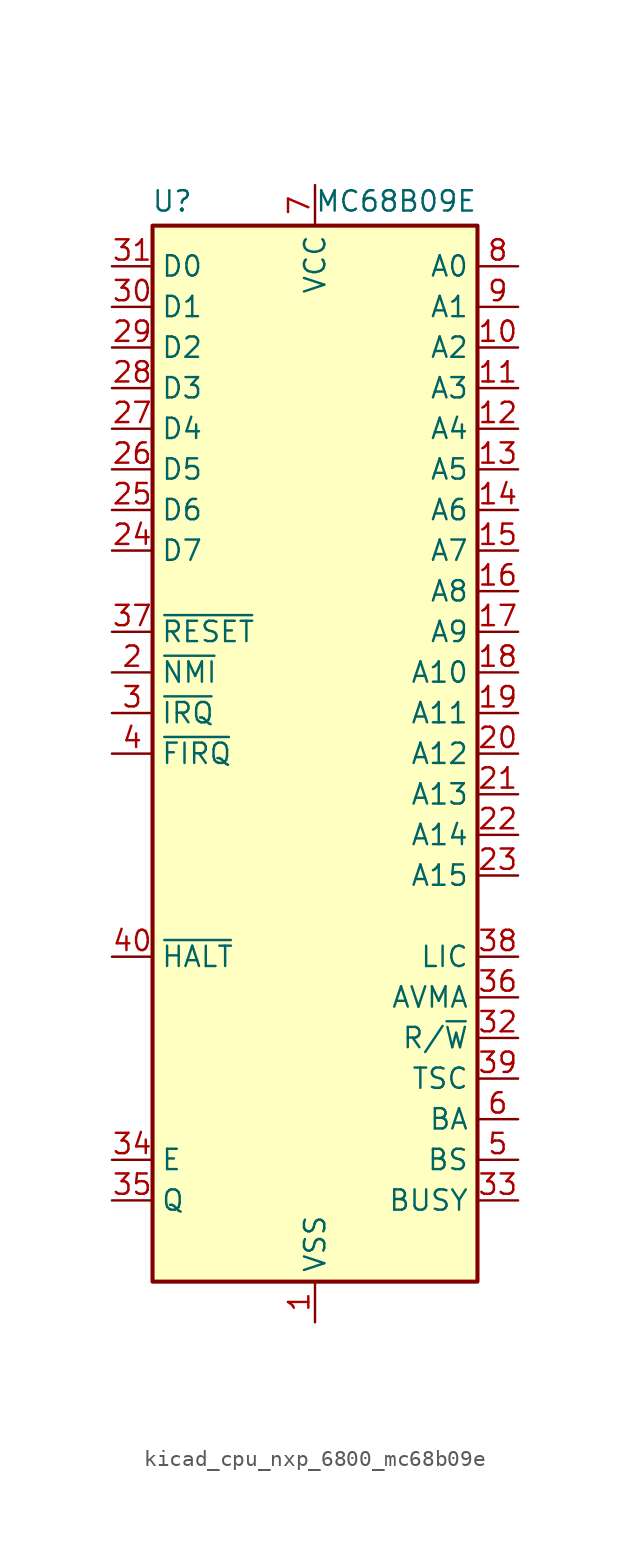
<source format=kicad_sym>
(kicad_symbol_lib
  (version 20220914)
  (generator kicad_symbol_editor)
  (symbol "kicad_cpu_nxp_6800_mc68b09e"
    (property "Reference" "U"
      (at -7.62 34.544 0)
      (effects (font (size 1.27 1.27)) (justify right)))
    (property "Value" "MC68B09E"
      (at 10.16 34.544 0)
      (effects (font (size 1.27 1.27)) (justify right)))
    (symbol "kicad_cpu_nxp_6800_mc68b09e_0_1"
      (rectangle (start -10.16 -33.02) (end 10.16 33.02) (stroke (width 0.254) (type default)) (fill (type background))))
    (symbol "kicad_cpu_nxp_6800_mc68b09e_1_1"
      (pin power_in line (at 0 -35.56 90) (length 2.54) (name "VSS" (effects (font (size 1.27 1.27)))) (number "1" (effects (font (size 1.27 1.27)))))
      (pin output line (at 12.7 25.4 180) (length 2.54) (name "A2" (effects (font (size 1.27 1.27)))) (number "10" (effects (font (size 1.27 1.27)))))
      (pin output line (at 12.7 22.86 180) (length 2.54) (name "A3" (effects (font (size 1.27 1.27)))) (number "11" (effects (font (size 1.27 1.27)))))
      (pin output line (at 12.7 20.32 180) (length 2.54) (name "A4" (effects (font (size 1.27 1.27)))) (number "12" (effects (font (size 1.27 1.27)))))
      (pin output line (at 12.7 17.78 180) (length 2.54) (name "A5" (effects (font (size 1.27 1.27)))) (number "13" (effects (font (size 1.27 1.27)))))
      (pin output line (at 12.7 15.24 180) (length 2.54) (name "A6" (effects (font (size 1.27 1.27)))) (number "14" (effects (font (size 1.27 1.27)))))
      (pin output line (at 12.7 12.7 180) (length 2.54) (name "A7" (effects (font (size 1.27 1.27)))) (number "15" (effects (font (size 1.27 1.27)))))
      (pin output line (at 12.7 10.16 180) (length 2.54) (name "A8" (effects (font (size 1.27 1.27)))) (number "16" (effects (font (size 1.27 1.27)))))
      (pin output line (at 12.7 7.62 180) (length 2.54) (name "A9" (effects (font (size 1.27 1.27)))) (number "17" (effects (font (size 1.27 1.27)))))
      (pin output line (at 12.7 5.08 180) (length 2.54) (name "A10" (effects (font (size 1.27 1.27)))) (number "18" (effects (font (size 1.27 1.27)))))
      (pin output line (at 12.7 2.54 180) (length 2.54) (name "A11" (effects (font (size 1.27 1.27)))) (number "19" (effects (font (size 1.27 1.27)))))
      (pin input line (at -12.7 5.08 0) (length 2.54) (name "~{NMI}" (effects (font (size 1.27 1.27)))) (number "2" (effects (font (size 1.27 1.27)))))
      (pin output line (at 12.7 0 180) (length 2.54) (name "A12" (effects (font (size 1.27 1.27)))) (number "20" (effects (font (size 1.27 1.27)))))
      (pin output line (at 12.7 -2.54 180) (length 2.54) (name "A13" (effects (font (size 1.27 1.27)))) (number "21" (effects (font (size 1.27 1.27)))))
      (pin output line (at 12.7 -5.08 180) (length 2.54) (name "A14" (effects (font (size 1.27 1.27)))) (number "22" (effects (font (size 1.27 1.27)))))
      (pin output line (at 12.7 -7.62 180) (length 2.54) (name "A15" (effects (font (size 1.27 1.27)))) (number "23" (effects (font (size 1.27 1.27)))))
      (pin bidirectional line (at -12.7 12.7 0) (length 2.54) (name "D7" (effects (font (size 1.27 1.27)))) (number "24" (effects (font (size 1.27 1.27)))))
      (pin bidirectional line (at -12.7 15.24 0) (length 2.54) (name "D6" (effects (font (size 1.27 1.27)))) (number "25" (effects (font (size 1.27 1.27)))))
      (pin bidirectional line (at -12.7 17.78 0) (length 2.54) (name "D5" (effects (font (size 1.27 1.27)))) (number "26" (effects (font (size 1.27 1.27)))))
      (pin bidirectional line (at -12.7 20.32 0) (length 2.54) (name "D4" (effects (font (size 1.27 1.27)))) (number "27" (effects (font (size 1.27 1.27)))))
      (pin bidirectional line (at -12.7 22.86 0) (length 2.54) (name "D3" (effects (font (size 1.27 1.27)))) (number "28" (effects (font (size 1.27 1.27)))))
      (pin bidirectional line (at -12.7 25.4 0) (length 2.54) (name "D2" (effects (font (size 1.27 1.27)))) (number "29" (effects (font (size 1.27 1.27)))))
      (pin input line (at -12.7 2.54 0) (length 2.54) (name "~{IRQ}" (effects (font (size 1.27 1.27)))) (number "3" (effects (font (size 1.27 1.27)))))
      (pin bidirectional line (at -12.7 27.94 0) (length 2.54) (name "D1" (effects (font (size 1.27 1.27)))) (number "30" (effects (font (size 1.27 1.27)))))
      (pin bidirectional line (at -12.7 30.48 0) (length 2.54) (name "D0" (effects (font (size 1.27 1.27)))) (number "31" (effects (font (size 1.27 1.27)))))
      (pin output line (at 12.7 -17.78 180) (length 2.54) (name "R/~{W}" (effects (font (size 1.27 1.27)))) (number "32" (effects (font (size 1.27 1.27)))))
      (pin output line (at 12.7 -27.94 180) (length 2.54) (name "BUSY" (effects (font (size 1.27 1.27)))) (number "33" (effects (font (size 1.27 1.27)))))
      (pin input line (at -12.7 -25.4 0) (length 2.54) (name "E" (effects (font (size 1.27 1.27)))) (number "34" (effects (font (size 1.27 1.27)))))
      (pin input line (at -12.7 -27.94 0) (length 2.54) (name "Q" (effects (font (size 1.27 1.27)))) (number "35" (effects (font (size 1.27 1.27)))))
      (pin output line (at 12.7 -15.24 180) (length 2.54) (name "AVMA" (effects (font (size 1.27 1.27)))) (number "36" (effects (font (size 1.27 1.27)))))
      (pin input line (at -12.7 7.62 0) (length 2.54) (name "~{RESET}" (effects (font (size 1.27 1.27)))) (number "37" (effects (font (size 1.27 1.27)))))
      (pin output line (at 12.7 -12.7 180) (length 2.54) (name "LIC" (effects (font (size 1.27 1.27)))) (number "38" (effects (font (size 1.27 1.27)))))
      (pin output line (at 12.7 -20.32 180) (length 2.54) (name "TSC" (effects (font (size 1.27 1.27)))) (number "39" (effects (font (size 1.27 1.27)))))
      (pin input line (at -12.7 0 0) (length 2.54) (name "~{FIRQ}" (effects (font (size 1.27 1.27)))) (number "4" (effects (font (size 1.27 1.27)))))
      (pin input line (at -12.7 -12.7 0) (length 2.54) (name "~{HALT}" (effects (font (size 1.27 1.27)))) (number "40" (effects (font (size 1.27 1.27)))))
      (pin output line (at 12.7 -25.4 180) (length 2.54) (name "BS" (effects (font (size 1.27 1.27)))) (number "5" (effects (font (size 1.27 1.27)))))
      (pin output line (at 12.7 -22.86 180) (length 2.54) (name "BA" (effects (font (size 1.27 1.27)))) (number "6" (effects (font (size 1.27 1.27)))))
      (pin power_in line (at 0 35.56 270) (length 2.54) (name "VCC" (effects (font (size 1.27 1.27)))) (number "7" (effects (font (size 1.27 1.27)))))
      (pin output line (at 12.7 30.48 180) (length 2.54) (name "A0" (effects (font (size 1.27 1.27)))) (number "8" (effects (font (size 1.27 1.27)))))
      (pin output line (at 12.7 27.94 180) (length 2.54) (name "A1" (effects (font (size 1.27 1.27)))) (number "9" (effects (font (size 1.27 1.27))))))))
</source>
